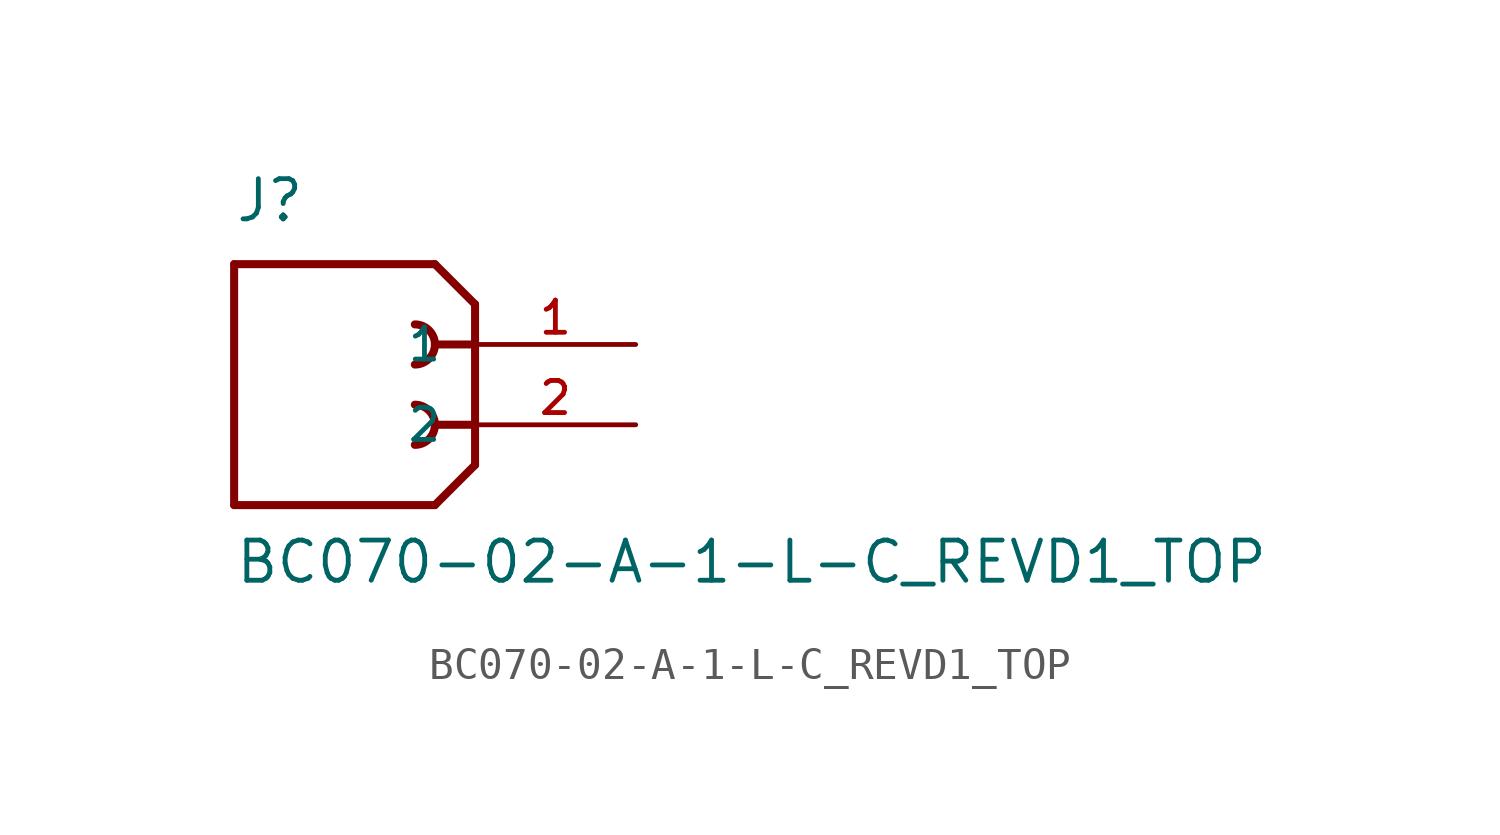
<source format=kicad_sym>
(kicad_symbol_lib
  (version 20211014)
  (generator kicad_symbol_editor)
  (symbol "BC070-02-A-1-L-C_REVD1_TOP"
    (pin_names
      (offset 1.016))
    (property "Reference" "J"
      (at -7.62 3.81 0)
      (effects (font (size 1.27 1.27)) (justify left bottom)))
    (property "Value" "BC070-02-A-1-L-C_REVD1_TOP"
      (at -7.62 -7.62 0)
      (effects (font (size 1.27 1.27)) (justify left bottom)))
    (property "ki_locked" ""
      (at 0 0 0)
      (effects (font (size 1.27 1.27))))
    (symbol "BC070-02-A-1-L-C_REVD1_TOP_0_0"
      (arc (start -1.905 -3.175) (mid -1.27 -2.54) (end -1.905 -1.905) (stroke (width 0.254) (type default) (color 0 0 0 0)) (fill (type none)))
      (arc (start -1.905 -0.635) (mid -1.27 0) (end -1.905 0.635) (stroke (width 0.254) (type default) (color 0 0 0 0)) (fill (type none)))
      (polyline (pts (xy -7.62 -5.08) (xy -7.62 2.54)) (stroke (width 0.254) (type default) (color 0 0 0 0)) (fill (type none)))
      (polyline (pts (xy -7.62 2.54) (xy -1.27 2.54)) (stroke (width 0.254) (type default) (color 0 0 0 0)) (fill (type none)))
      (polyline (pts (xy -1.27 -5.08) (xy -7.62 -5.08)) (stroke (width 0.254) (type default) (color 0 0 0 0)) (fill (type none)))
      (polyline (pts (xy 0 -3.81) (xy -1.27 -5.08)) (stroke (width 0.254) (type default) (color 0 0 0 0)) (fill (type none)))
      (polyline (pts (xy 0 -2.54) (xy -1.27 -2.54)) (stroke (width 0.254) (type default) (color 0 0 0 0)) (fill (type none)))
      (polyline (pts (xy 0 0) (xy -1.27 0)) (stroke (width 0.254) (type default) (color 0 0 0 0)) (fill (type none)))
      (polyline (pts (xy 0 0) (xy 0 -3.81)) (stroke (width 0.254) (type default) (color 0 0 0 0)) (fill (type none)))
      (polyline (pts (xy 0 1.27) (xy -1.27 2.54)) (stroke (width 0.254) (type default) (color 0 0 0 0)) (fill (type none)))
      (polyline (pts (xy 0 1.27) (xy 0 0)) (stroke (width 0.254) (type default) (color 0 0 0 0)) (fill (type none)))
      (pin passive line (at 5.08 0 180) (length 5.08) (name "1" (effects (font (size 1.016 1.016)))) (number "1" (effects (font (size 1.016 1.016)))))
      (pin passive line (at 5.08 -2.54 180) (length 5.08) (name "2" (effects (font (size 1.016 1.016)))) (number "2" (effects (font (size 1.016 1.016))))))))
</source>
